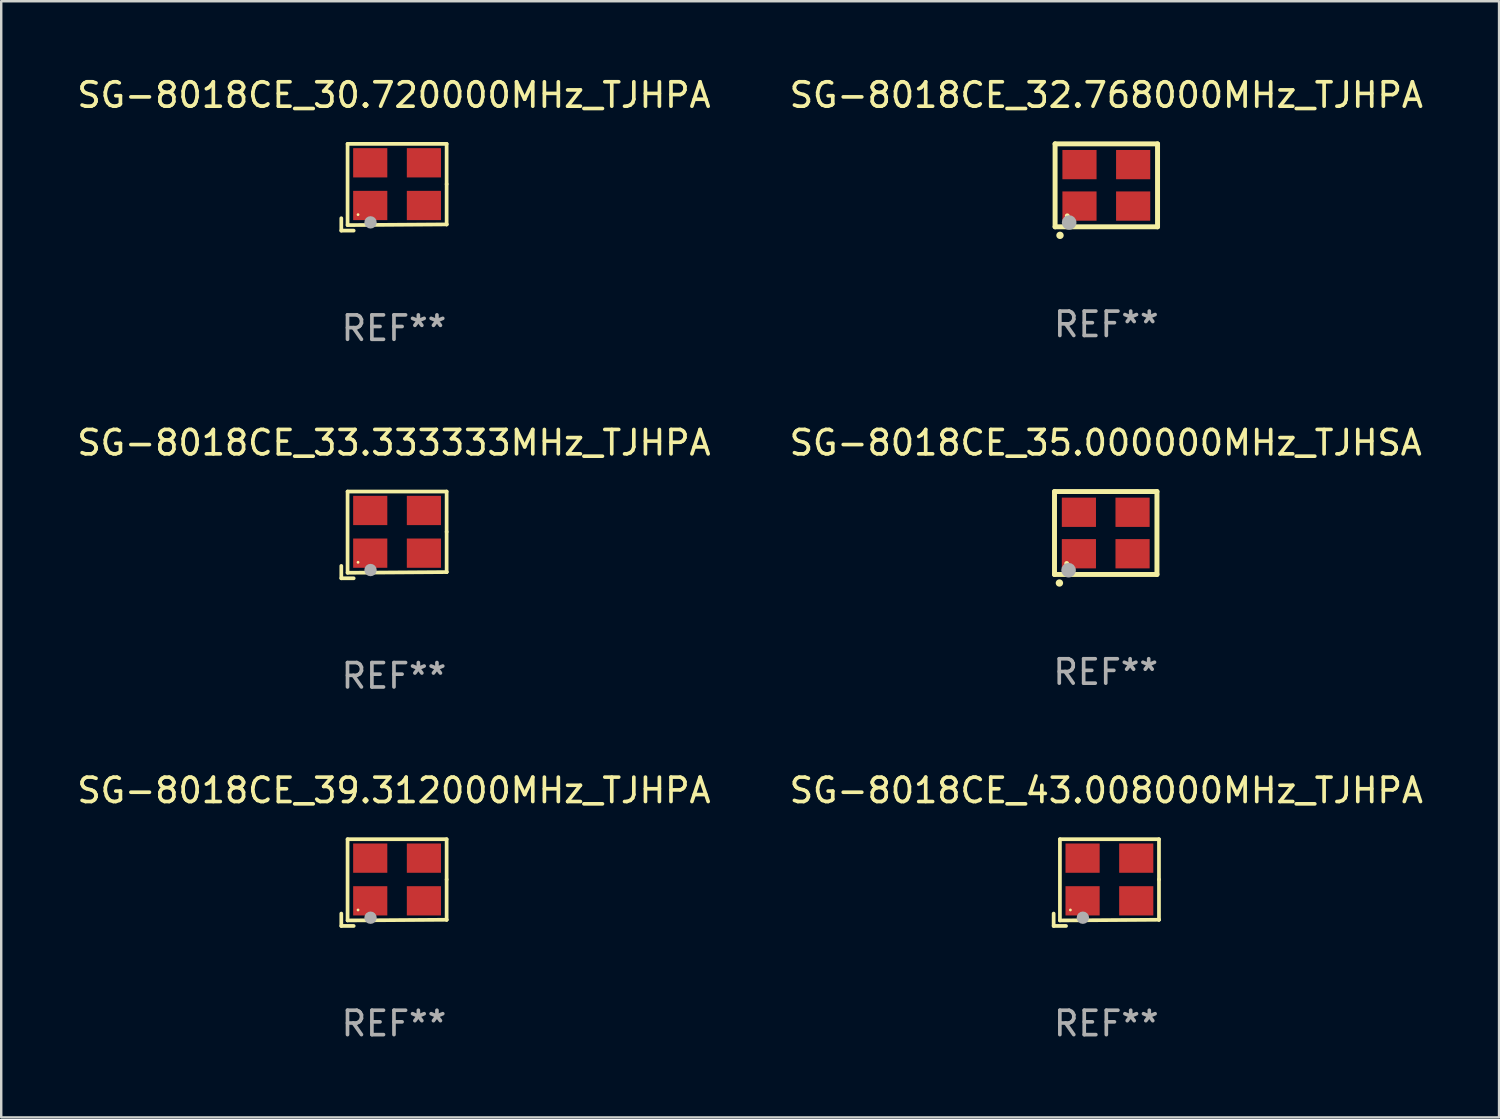
<source format=kicad_pcb>
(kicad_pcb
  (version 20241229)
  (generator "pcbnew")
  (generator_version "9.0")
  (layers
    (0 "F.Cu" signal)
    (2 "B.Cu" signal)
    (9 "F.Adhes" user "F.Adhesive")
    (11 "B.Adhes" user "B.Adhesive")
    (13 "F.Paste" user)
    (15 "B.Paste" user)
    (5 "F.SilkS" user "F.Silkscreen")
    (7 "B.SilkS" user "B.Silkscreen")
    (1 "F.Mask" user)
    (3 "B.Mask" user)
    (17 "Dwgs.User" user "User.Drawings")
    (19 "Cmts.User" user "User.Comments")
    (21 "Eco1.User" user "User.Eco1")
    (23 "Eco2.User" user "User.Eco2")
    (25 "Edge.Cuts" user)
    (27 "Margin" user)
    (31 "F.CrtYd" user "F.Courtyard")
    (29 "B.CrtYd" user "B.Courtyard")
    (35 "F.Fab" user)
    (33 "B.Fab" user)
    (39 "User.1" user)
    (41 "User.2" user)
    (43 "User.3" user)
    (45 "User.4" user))
  (footprint "SG-8018CE_32.768000MHz_TJHPA"
    (layer "F.Cu")
    (at 42.304 4.548)
    (property "Reference" "SG-8018CE_32.768000MHz_TJHPA" (at 0 -3.7 0) (layer "F.SilkS") (effects (font (size 1 1) (thickness 0.15))))
    (attr through_hole)
    (fp_line (start -2.1 -1.7) (end -2.1 1.7) (stroke (width 0.203) (type solid)) (layer "F.SilkS"))
    (fp_line (start -2.1 1.7) (end 2.1 1.7) (stroke (width 0.203) (type solid)) (layer "F.SilkS"))
    (fp_line (start 2.1 -1.7) (end -2.1 -1.7) (stroke (width 0.203) (type solid)) (layer "F.SilkS"))
    (fp_line (start 2.1 1.7) (end 2.1 -1.7) (stroke (width 0.203) (type solid)) (layer "F.SilkS"))
    (fp_arc (start -1.899924 2.049784) (mid -1.898654 2.049779) (end -1.897384 2.049784) (stroke (width 0.3) (type solid)) (layer "F.SilkS"))
    (fp_circle (center -1.6 1.25) (end -1.55 1.25) (stroke (width 0.1) (type solid)) (fill no) (layer "F.SilkS"))
    (fp_circle (center -1.524 1.524) (end -1.374 1.524) (stroke (width 0.3) (type solid)) (fill no) (layer "F.Fab"))
    (fp_text user "REF**" (at 0 5.7 0) (layer "F.Fab") (effects (font (size 1 1) (thickness 0.15))))
    (pad "1" smd rect (at -1.1 0.85) (size 1.4 1.2) (layers "F.Cu" "F.Mask" "F.Paste"))
    (pad "2" smd rect (at 1.1 0.85) (size 1.4 1.2) (layers "F.Cu" "F.Mask" "F.Paste"))
    (pad "3" smd rect (at 1.1 -0.85) (size 1.4 1.2) (layers "F.Cu" "F.Mask" "F.Paste"))
    (pad "4" smd rect (at -1.1 -0.85) (size 1.4 1.2) (layers "F.Cu" "F.Mask" "F.Paste")))
  (footprint "SG-8018CE_35.000000MHz_TJHSA"
    (layer "F.Cu")
    (at 42.28 18.801)
    (property "Reference" "SG-8018CE_35.000000MHz_TJHSA" (at 0 -3.7 0) (layer "F.SilkS") (effects (font (size 1 1) (thickness 0.15))))
    (attr through_hole)
    (fp_line (start -2.1 -1.7) (end -2.1 1.7) (stroke (width 0.203) (type solid)) (layer "F.SilkS"))
    (fp_line (start -2.1 1.7) (end 2.1 1.7) (stroke (width 0.203) (type solid)) (layer "F.SilkS"))
    (fp_line (start 2.1 -1.7) (end -2.1 -1.7) (stroke (width 0.203) (type solid)) (layer "F.SilkS"))
    (fp_line (start 2.1 1.7) (end 2.1 -1.7) (stroke (width 0.203) (type solid)) (layer "F.SilkS"))
    (fp_arc (start -1.899924 2.049784) (mid -1.898654 2.049779) (end -1.897384 2.049784) (stroke (width 0.3) (type solid)) (layer "F.SilkS"))
    (fp_circle (center -1.6 1.25) (end -1.55 1.25) (stroke (width 0.1) (type solid)) (fill no) (layer "F.SilkS"))
    (fp_circle (center -1.524 1.524) (end -1.374 1.524) (stroke (width 0.3) (type solid)) (fill no) (layer "F.Fab"))
    (fp_text user "REF**" (at 0 5.7 0) (layer "F.Fab") (effects (font (size 1 1) (thickness 0.15))))
    (pad "1" smd rect (at -1.1 0.85) (size 1.4 1.2) (layers "F.Cu" "F.Mask" "F.Paste"))
    (pad "2" smd rect (at 1.1 0.85) (size 1.4 1.2) (layers "F.Cu" "F.Mask" "F.Paste"))
    (pad "3" smd rect (at 1.1 -0.85) (size 1.4 1.2) (layers "F.Cu" "F.Mask" "F.Paste"))
    (pad "4" smd rect (at -1.1 -0.85) (size 1.4 1.2) (layers "F.Cu" "F.Mask" "F.Paste")))
  (footprint "SG-8018CE_30.720000MHz_TJHPA"
    (layer "F.Cu")
    (at 13.101 4.626)
    (property "Reference" "SG-8018CE_30.720000MHz_TJHPA" (at 0 -3.778 0) (layer "F.SilkS") (effects (font (size 1 1) (thickness 0.15))))
    (attr through_hole)
    (fp_line (start -2.159 1.27) (end -2.159 1.778) (stroke (width 0.152) (type solid)) (layer "F.SilkS"))
    (fp_line (start -2.159 1.778) (end -1.651 1.778) (stroke (width 0.152) (type solid)) (layer "F.SilkS"))
    (fp_line (start -1.902 -1.778) (end 2.159 -1.778) (stroke (width 0.152) (type solid)) (layer "F.SilkS"))
    (fp_line (start -1.902 1.552) (end -1.902 -1.778) (stroke (width 0.152) (type solid)) (layer "F.SilkS"))
    (fp_line (start 2.159 -1.778) (end 2.159 -0.127) (stroke (width 0.152) (type solid)) (layer "F.SilkS"))
    (fp_line (start 2.159 -0.127) (end 2.159 1.524) (stroke (width 0.152) (type solid)) (layer "F.SilkS"))
    (fp_line (start 2.159 1.524) (end -1.902 1.552) (stroke (width 0.152) (type solid)) (layer "F.SilkS"))
    (fp_line (start 2.159 1.524) (end 2.159 1.524) (stroke (width 0.152) (type solid)) (layer "F.SilkS"))
    (fp_circle (center -1.473 1.123) (end -1.443 1.123) (stroke (width 0.06) (type solid)) (fill no) (layer "F.SilkS"))
    (fp_circle (center -0.961 1.44) (end -0.834 1.44) (stroke (width 0.254) (type solid)) (fill no) (layer "F.Fab"))
    (fp_text user "REF**" (at 0 5.778 0) (layer "F.Fab") (effects (font (size 1 1) (thickness 0.15))))
    (pad "1" smd rect (at -0.973 0.748) (size 1.4 1.2) (layers "F.Cu" "F.Mask" "F.Paste"))
    (pad "2" smd rect (at 1.227 0.748) (size 1.4 1.2) (layers "F.Cu" "F.Mask" "F.Paste"))
    (pad "3" smd rect (at 1.227 -1.002) (size 1.4 1.2) (layers "F.Cu" "F.Mask" "F.Paste"))
    (pad "4" smd rect (at -0.973 -1.002) (size 1.4 1.2) (layers "F.Cu" "F.Mask" "F.Paste")))
  (footprint "SG-8018CE_39.312000MHz_TJHPA"
    (layer "F.Cu")
    (at 13.101 33.132)
    (property "Reference" "SG-8018CE_39.312000MHz_TJHPA" (at 0 -3.778 0) (layer "F.SilkS") (effects (font (size 1 1) (thickness 0.15))))
    (attr through_hole)
    (fp_line (start -2.159 1.27) (end -2.159 1.778) (stroke (width 0.152) (type solid)) (layer "F.SilkS"))
    (fp_line (start -2.159 1.778) (end -1.651 1.778) (stroke (width 0.152) (type solid)) (layer "F.SilkS"))
    (fp_line (start -1.902 -1.778) (end 2.159 -1.778) (stroke (width 0.152) (type solid)) (layer "F.SilkS"))
    (fp_line (start -1.902 1.552) (end -1.902 -1.778) (stroke (width 0.152) (type solid)) (layer "F.SilkS"))
    (fp_line (start 2.159 -1.778) (end 2.159 -0.127) (stroke (width 0.152) (type solid)) (layer "F.SilkS"))
    (fp_line (start 2.159 -0.127) (end 2.159 1.524) (stroke (width 0.152) (type solid)) (layer "F.SilkS"))
    (fp_line (start 2.159 1.524) (end -1.902 1.552) (stroke (width 0.152) (type solid)) (layer "F.SilkS"))
    (fp_line (start 2.159 1.524) (end 2.159 1.524) (stroke (width 0.152) (type solid)) (layer "F.SilkS"))
    (fp_circle (center -1.473 1.123) (end -1.443 1.123) (stroke (width 0.06) (type solid)) (fill no) (layer "F.SilkS"))
    (fp_circle (center -0.961 1.44) (end -0.834 1.44) (stroke (width 0.254) (type solid)) (fill no) (layer "F.Fab"))
    (fp_text user "REF**" (at 0 5.778 0) (layer "F.Fab") (effects (font (size 1 1) (thickness 0.15))))
    (pad "1" smd rect (at -0.973 0.748) (size 1.4 1.2) (layers "F.Cu" "F.Mask" "F.Paste"))
    (pad "2" smd rect (at 1.227 0.748) (size 1.4 1.2) (layers "F.Cu" "F.Mask" "F.Paste"))
    (pad "3" smd rect (at 1.227 -1.002) (size 1.4 1.2) (layers "F.Cu" "F.Mask" "F.Paste"))
    (pad "4" smd rect (at -0.973 -1.002) (size 1.4 1.2) (layers "F.Cu" "F.Mask" "F.Paste")))
  (footprint "SG-8018CE_33.333333MHz_TJHPA"
    (layer "F.Cu")
    (at 13.101 18.879)
    (property "Reference" "SG-8018CE_33.333333MHz_TJHPA" (at 0 -3.778 0) (layer "F.SilkS") (effects (font (size 1 1) (thickness 0.15))))
    (attr through_hole)
    (fp_line (start -2.159 1.27) (end -2.159 1.778) (stroke (width 0.152) (type solid)) (layer "F.SilkS"))
    (fp_line (start -2.159 1.778) (end -1.651 1.778) (stroke (width 0.152) (type solid)) (layer "F.SilkS"))
    (fp_line (start -1.902 -1.778) (end 2.159 -1.778) (stroke (width 0.152) (type solid)) (layer "F.SilkS"))
    (fp_line (start -1.902 1.552) (end -1.902 -1.778) (stroke (width 0.152) (type solid)) (layer "F.SilkS"))
    (fp_line (start 2.159 -1.778) (end 2.159 -0.127) (stroke (width 0.152) (type solid)) (layer "F.SilkS"))
    (fp_line (start 2.159 -0.127) (end 2.159 1.524) (stroke (width 0.152) (type solid)) (layer "F.SilkS"))
    (fp_line (start 2.159 1.524) (end -1.902 1.552) (stroke (width 0.152) (type solid)) (layer "F.SilkS"))
    (fp_line (start 2.159 1.524) (end 2.159 1.524) (stroke (width 0.152) (type solid)) (layer "F.SilkS"))
    (fp_circle (center -1.473 1.123) (end -1.443 1.123) (stroke (width 0.06) (type solid)) (fill no) (layer "F.SilkS"))
    (fp_circle (center -0.961 1.44) (end -0.834 1.44) (stroke (width 0.254) (type solid)) (fill no) (layer "F.Fab"))
    (fp_text user "REF**" (at 0 5.778 0) (layer "F.Fab") (effects (font (size 1 1) (thickness 0.15))))
    (pad "1" smd rect (at -0.973 0.748) (size 1.4 1.2) (layers "F.Cu" "F.Mask" "F.Paste"))
    (pad "2" smd rect (at 1.227 0.748) (size 1.4 1.2) (layers "F.Cu" "F.Mask" "F.Paste"))
    (pad "3" smd rect (at 1.227 -1.002) (size 1.4 1.2) (layers "F.Cu" "F.Mask" "F.Paste"))
    (pad "4" smd rect (at -0.973 -1.002) (size 1.4 1.2) (layers "F.Cu" "F.Mask" "F.Paste")))
  (footprint "SG-8018CE_43.008000MHz_TJHPA"
    (layer "F.Cu")
    (at 42.304 33.132)
    (property "Reference" "SG-8018CE_43.008000MHz_TJHPA" (at 0 -3.778 0) (layer "F.SilkS") (effects (font (size 1 1) (thickness 0.15))))
    (attr through_hole)
    (fp_line (start -2.159 1.27) (end -2.159 1.778) (stroke (width 0.152) (type solid)) (layer "F.SilkS"))
    (fp_line (start -2.159 1.778) (end -1.651 1.778) (stroke (width 0.152) (type solid)) (layer "F.SilkS"))
    (fp_line (start -1.902 -1.778) (end 2.159 -1.778) (stroke (width 0.152) (type solid)) (layer "F.SilkS"))
    (fp_line (start -1.902 1.552) (end -1.902 -1.778) (stroke (width 0.152) (type solid)) (layer "F.SilkS"))
    (fp_line (start 2.159 -1.778) (end 2.159 -0.127) (stroke (width 0.152) (type solid)) (layer "F.SilkS"))
    (fp_line (start 2.159 -0.127) (end 2.159 1.524) (stroke (width 0.152) (type solid)) (layer "F.SilkS"))
    (fp_line (start 2.159 1.524) (end -1.902 1.552) (stroke (width 0.152) (type solid)) (layer "F.SilkS"))
    (fp_line (start 2.159 1.524) (end 2.159 1.524) (stroke (width 0.152) (type solid)) (layer "F.SilkS"))
    (fp_circle (center -1.473 1.123) (end -1.443 1.123) (stroke (width 0.06) (type solid)) (fill no) (layer "F.SilkS"))
    (fp_circle (center -0.961 1.44) (end -0.834 1.44) (stroke (width 0.254) (type solid)) (fill no) (layer "F.Fab"))
    (fp_text user "REF**" (at 0 5.778 0) (layer "F.Fab") (effects (font (size 1 1) (thickness 0.15))))
    (pad "1" smd rect (at -0.973 0.748) (size 1.4 1.2) (layers "F.Cu" "F.Mask" "F.Paste"))
    (pad "2" smd rect (at 1.227 0.748) (size 1.4 1.2) (layers "F.Cu" "F.Mask" "F.Paste"))
    (pad "3" smd rect (at 1.227 -1.002) (size 1.4 1.2) (layers "F.Cu" "F.Mask" "F.Paste"))
    (pad "4" smd rect (at -0.973 -1.002) (size 1.4 1.2) (layers "F.Cu" "F.Mask" "F.Paste")))
  (gr_rect
    (start -3 -3)
    (end 58.405 42.758)
    (stroke (width 0.1) (type default))
    (fill no)
    (layer "Edge.Cuts")))
</source>
